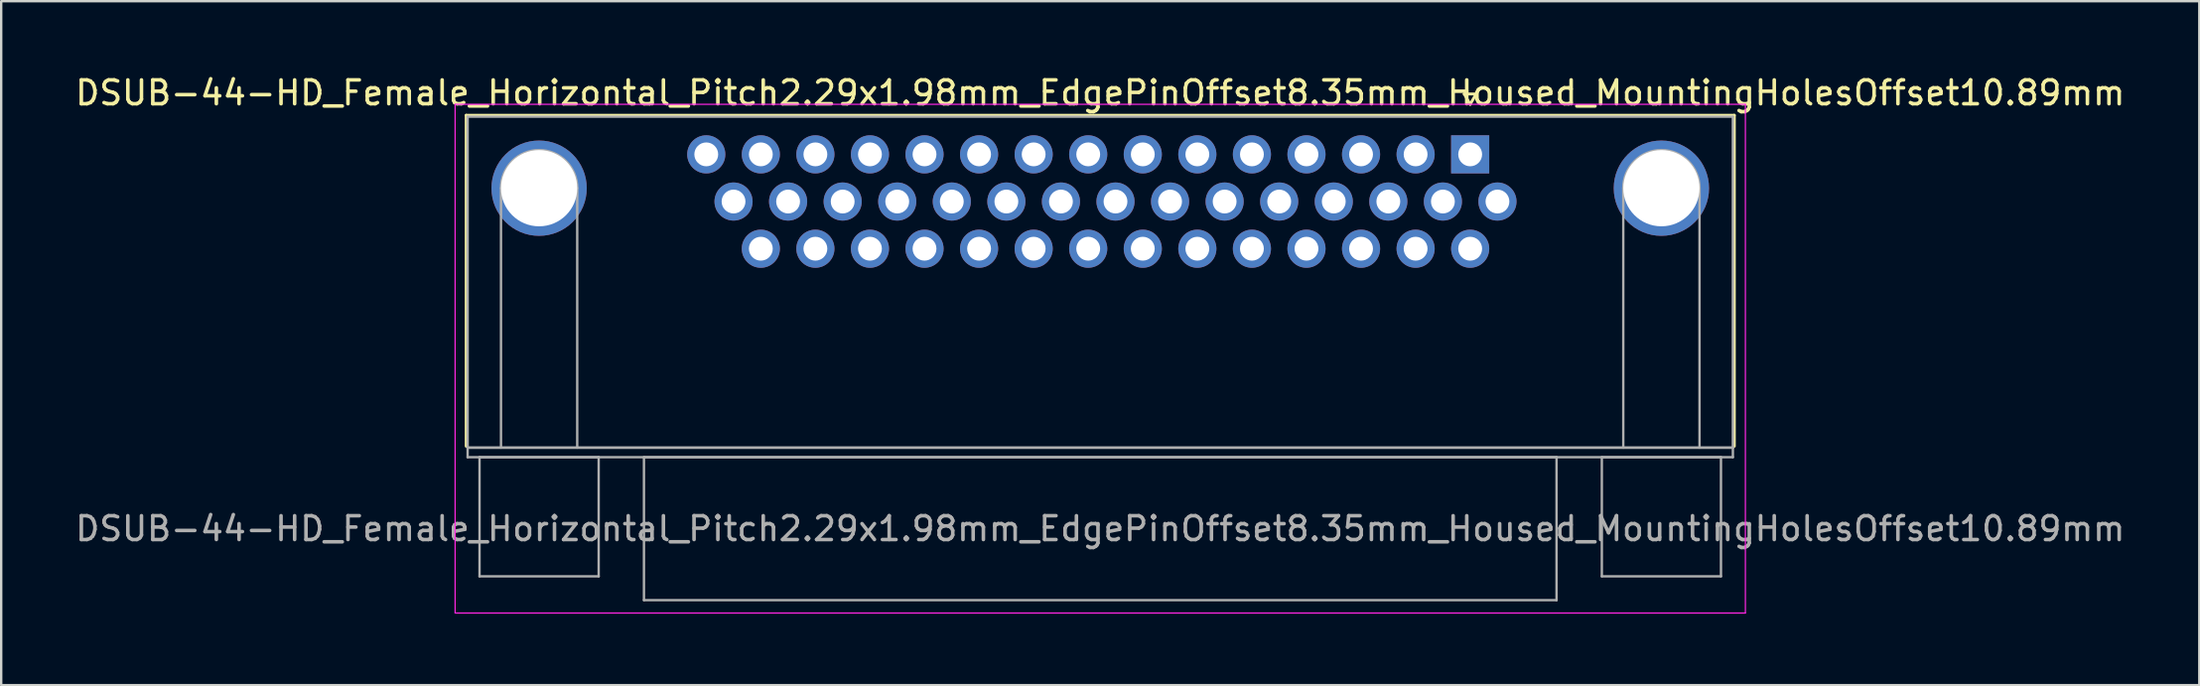
<source format=kicad_pcb>
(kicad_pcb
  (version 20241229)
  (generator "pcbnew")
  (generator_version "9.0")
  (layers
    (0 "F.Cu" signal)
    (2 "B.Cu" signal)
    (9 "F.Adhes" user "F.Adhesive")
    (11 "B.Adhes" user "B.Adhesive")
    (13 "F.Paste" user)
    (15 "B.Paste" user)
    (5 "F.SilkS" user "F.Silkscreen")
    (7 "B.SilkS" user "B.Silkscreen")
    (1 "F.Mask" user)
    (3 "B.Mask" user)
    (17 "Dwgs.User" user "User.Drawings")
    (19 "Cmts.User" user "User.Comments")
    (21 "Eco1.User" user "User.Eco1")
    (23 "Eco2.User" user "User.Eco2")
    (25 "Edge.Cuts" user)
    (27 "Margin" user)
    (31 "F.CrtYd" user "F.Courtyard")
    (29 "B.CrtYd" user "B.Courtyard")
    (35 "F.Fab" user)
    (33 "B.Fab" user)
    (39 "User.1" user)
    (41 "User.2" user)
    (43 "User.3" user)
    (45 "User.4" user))
  (footprint "DSUB-44-HD_Female_Horizontal_Pitch2.29x1.98mm_EdgePinOffset8.35mm_Housed_MountingHolesOffset10.89mm"
    (layer "F.Cu")
    (at 58.65 3.428)
    (property "Reference" "DSUB-44-HD_Female_Horizontal_Pitch2.29x1.98mm_EdgePinOffset8.35mm_Housed_MountingHolesOffset10.89mm" (at -15.525 -2.58 0) (layer "F.SilkS") (effects (font (size 1 1) (thickness 0.15))))
    (attr through_hole)
    (fp_line (start -42.135 -1.64) (end 11.085 -1.64) (stroke (width 0.12) (type solid)) (layer "F.SilkS"))
    (fp_line (start -42.135 12.25) (end -42.135 -1.64) (stroke (width 0.12) (type solid)) (layer "F.SilkS"))
    (fp_line (start -0.25 -2.534) (end 0.25 -2.534) (stroke (width 0.12) (type solid)) (layer "F.SilkS"))
    (fp_line (start 0 -2.101) (end -0.25 -2.534) (stroke (width 0.12) (type solid)) (layer "F.SilkS"))
    (fp_line (start 0.25 -2.534) (end 0 -2.101) (stroke (width 0.12) (type solid)) (layer "F.SilkS"))
    (fp_line (start 11.085 -1.64) (end 11.085 12.25) (stroke (width 0.12) (type solid)) (layer "F.SilkS"))
    (fp_line (start -42.6 -2.1) (end -42.6 19.25) (stroke (width 0.05) (type solid)) (layer "F.CrtYd"))
    (fp_line (start -42.6 19.25) (end 11.55 19.25) (stroke (width 0.05) (type solid)) (layer "F.CrtYd"))
    (fp_line (start 11.55 -2.1) (end -42.6 -2.1) (stroke (width 0.05) (type solid)) (layer "F.CrtYd"))
    (fp_line (start 11.55 19.25) (end 11.55 -2.1) (stroke (width 0.05) (type solid)) (layer "F.CrtYd"))
    (fp_line (start -42.075 -1.58) (end -42.075 12.31) (stroke (width 0.1) (type solid)) (layer "F.Fab"))
    (fp_line (start -42.075 12.31) (end -42.075 12.71) (stroke (width 0.1) (type solid)) (layer "F.Fab"))
    (fp_line (start -42.075 12.31) (end 11.025 12.31) (stroke (width 0.1) (type solid)) (layer "F.Fab"))
    (fp_line (start -42.075 12.71) (end 11.025 12.71) (stroke (width 0.1) (type solid)) (layer "F.Fab"))
    (fp_line (start -41.575 12.71) (end -41.575 17.71) (stroke (width 0.1) (type solid)) (layer "F.Fab"))
    (fp_line (start -41.575 17.71) (end -36.575 17.71) (stroke (width 0.1) (type solid)) (layer "F.Fab"))
    (fp_line (start -40.675 12.31) (end -40.675 1.42) (stroke (width 0.1) (type solid)) (layer "F.Fab"))
    (fp_line (start -37.475 12.31) (end -37.475 1.42) (stroke (width 0.1) (type solid)) (layer "F.Fab"))
    (fp_line (start -36.575 12.71) (end -41.575 12.71) (stroke (width 0.1) (type solid)) (layer "F.Fab"))
    (fp_line (start -36.575 17.71) (end -36.575 12.71) (stroke (width 0.1) (type solid)) (layer "F.Fab"))
    (fp_line (start -34.675 12.71) (end -34.675 18.71) (stroke (width 0.1) (type solid)) (layer "F.Fab"))
    (fp_line (start -34.675 18.71) (end 3.625 18.71) (stroke (width 0.1) (type solid)) (layer "F.Fab"))
    (fp_line (start 3.625 12.71) (end -34.675 12.71) (stroke (width 0.1) (type solid)) (layer "F.Fab"))
    (fp_line (start 3.625 18.71) (end 3.625 12.71) (stroke (width 0.1) (type solid)) (layer "F.Fab"))
    (fp_line (start 5.525 12.71) (end 5.525 17.71) (stroke (width 0.1) (type solid)) (layer "F.Fab"))
    (fp_line (start 5.525 17.71) (end 10.525 17.71) (stroke (width 0.1) (type solid)) (layer "F.Fab"))
    (fp_line (start 6.425 12.31) (end 6.425 1.42) (stroke (width 0.1) (type solid)) (layer "F.Fab"))
    (fp_line (start 9.625 12.31) (end 9.625 1.42) (stroke (width 0.1) (type solid)) (layer "F.Fab"))
    (fp_line (start 10.525 12.71) (end 5.525 12.71) (stroke (width 0.1) (type solid)) (layer "F.Fab"))
    (fp_line (start 10.525 17.71) (end 10.525 12.71) (stroke (width 0.1) (type solid)) (layer "F.Fab"))
    (fp_line (start 11.025 -1.58) (end -42.075 -1.58) (stroke (width 0.1) (type solid)) (layer "F.Fab"))
    (fp_line (start 11.025 12.31) (end -42.075 12.31) (stroke (width 0.1) (type solid)) (layer "F.Fab"))
    (fp_line (start 11.025 12.31) (end 11.025 -1.58) (stroke (width 0.1) (type solid)) (layer "F.Fab"))
    (fp_line (start 11.025 12.71) (end 11.025 12.31) (stroke (width 0.1) (type solid)) (layer "F.Fab"))
    (fp_arc (start -40.675 1.42) (mid -39.075 -0.18) (end -37.475 1.42) (stroke (width 0.1) (type solid)) (layer "F.Fab"))
    (fp_arc (start 6.425 1.42) (mid 8.025 -0.18) (end 9.625 1.42) (stroke (width 0.1) (type solid)) (layer "F.Fab"))
    (fp_text user "${REFERENCE}" (at -15.525 15.71 0) (layer "F.Fab") (effects (font (size 1 1) (thickness 0.15))))
    (pad "0" thru_hole circle (at -39.075 1.42) (size 4 4) (drill 3.2) (layers "*.Cu" "*.Mask"))
    (pad "0" thru_hole circle (at 8.025 1.42) (size 4 4) (drill 3.2) (layers "*.Cu" "*.Mask"))
    (pad "1" thru_hole rect (at 0 0) (size 1.6 1.6) (drill 1) (layers "*.Cu" "*.Mask"))
    (pad "2" thru_hole circle (at -2.29 0) (size 1.6 1.6) (drill 1) (layers "*.Cu" "*.Mask"))
    (pad "3" thru_hole circle (at -4.58 0) (size 1.6 1.6) (drill 1) (layers "*.Cu" "*.Mask"))
    (pad "4" thru_hole circle (at -6.87 0) (size 1.6 1.6) (drill 1) (layers "*.Cu" "*.Mask"))
    (pad "5" thru_hole circle (at -9.16 0) (size 1.6 1.6) (drill 1) (layers "*.Cu" "*.Mask"))
    (pad "6" thru_hole circle (at -11.45 0) (size 1.6 1.6) (drill 1) (layers "*.Cu" "*.Mask"))
    (pad "7" thru_hole circle (at -13.74 0) (size 1.6 1.6) (drill 1) (layers "*.Cu" "*.Mask"))
    (pad "8" thru_hole circle (at -16.03 0) (size 1.6 1.6) (drill 1) (layers "*.Cu" "*.Mask"))
    (pad "9" thru_hole circle (at -18.32 0) (size 1.6 1.6) (drill 1) (layers "*.Cu" "*.Mask"))
    (pad "10" thru_hole circle (at -20.61 0) (size 1.6 1.6) (drill 1) (layers "*.Cu" "*.Mask"))
    (pad "11" thru_hole circle (at -22.9 0) (size 1.6 1.6) (drill 1) (layers "*.Cu" "*.Mask"))
    (pad "12" thru_hole circle (at -25.19 0) (size 1.6 1.6) (drill 1) (layers "*.Cu" "*.Mask"))
    (pad "13" thru_hole circle (at -27.48 0) (size 1.6 1.6) (drill 1) (layers "*.Cu" "*.Mask"))
    (pad "14" thru_hole circle (at -29.77 0) (size 1.6 1.6) (drill 1) (layers "*.Cu" "*.Mask"))
    (pad "15" thru_hole circle (at -32.06 0) (size 1.6 1.6) (drill 1) (layers "*.Cu" "*.Mask"))
    (pad "16" thru_hole circle (at 1.145 1.98) (size 1.6 1.6) (drill 1) (layers "*.Cu" "*.Mask"))
    (pad "17" thru_hole circle (at -1.145 1.98) (size 1.6 1.6) (drill 1) (layers "*.Cu" "*.Mask"))
    (pad "18" thru_hole circle (at -3.435 1.98) (size 1.6 1.6) (drill 1) (layers "*.Cu" "*.Mask"))
    (pad "19" thru_hole circle (at -5.725 1.98) (size 1.6 1.6) (drill 1) (layers "*.Cu" "*.Mask"))
    (pad "20" thru_hole circle (at -8.015 1.98) (size 1.6 1.6) (drill 1) (layers "*.Cu" "*.Mask"))
    (pad "21" thru_hole circle (at -10.305 1.98) (size 1.6 1.6) (drill 1) (layers "*.Cu" "*.Mask"))
    (pad "22" thru_hole circle (at -12.595 1.98) (size 1.6 1.6) (drill 1) (layers "*.Cu" "*.Mask"))
    (pad "23" thru_hole circle (at -14.885 1.98) (size 1.6 1.6) (drill 1) (layers "*.Cu" "*.Mask"))
    (pad "24" thru_hole circle (at -17.175 1.98) (size 1.6 1.6) (drill 1) (layers "*.Cu" "*.Mask"))
    (pad "25" thru_hole circle (at -19.465 1.98) (size 1.6 1.6) (drill 1) (layers "*.Cu" "*.Mask"))
    (pad "26" thru_hole circle (at -21.755 1.98) (size 1.6 1.6) (drill 1) (layers "*.Cu" "*.Mask"))
    (pad "27" thru_hole circle (at -24.045 1.98) (size 1.6 1.6) (drill 1) (layers "*.Cu" "*.Mask"))
    (pad "28" thru_hole circle (at -26.335 1.98) (size 1.6 1.6) (drill 1) (layers "*.Cu" "*.Mask"))
    (pad "29" thru_hole circle (at -28.625 1.98) (size 1.6 1.6) (drill 1) (layers "*.Cu" "*.Mask"))
    (pad "30" thru_hole circle (at -30.915 1.98) (size 1.6 1.6) (drill 1) (layers "*.Cu" "*.Mask"))
    (pad "31" thru_hole circle (at 0 3.96) (size 1.6 1.6) (drill 1) (layers "*.Cu" "*.Mask"))
    (pad "32" thru_hole circle (at -2.29 3.96) (size 1.6 1.6) (drill 1) (layers "*.Cu" "*.Mask"))
    (pad "33" thru_hole circle (at -4.58 3.96) (size 1.6 1.6) (drill 1) (layers "*.Cu" "*.Mask"))
    (pad "34" thru_hole circle (at -6.87 3.96) (size 1.6 1.6) (drill 1) (layers "*.Cu" "*.Mask"))
    (pad "35" thru_hole circle (at -9.16 3.96) (size 1.6 1.6) (drill 1) (layers "*.Cu" "*.Mask"))
    (pad "36" thru_hole circle (at -11.45 3.96) (size 1.6 1.6) (drill 1) (layers "*.Cu" "*.Mask"))
    (pad "37" thru_hole circle (at -13.74 3.96) (size 1.6 1.6) (drill 1) (layers "*.Cu" "*.Mask"))
    (pad "38" thru_hole circle (at -16.03 3.96) (size 1.6 1.6) (drill 1) (layers "*.Cu" "*.Mask"))
    (pad "39" thru_hole circle (at -18.32 3.96) (size 1.6 1.6) (drill 1) (layers "*.Cu" "*.Mask"))
    (pad "40" thru_hole circle (at -20.61 3.96) (size 1.6 1.6) (drill 1) (layers "*.Cu" "*.Mask"))
    (pad "41" thru_hole circle (at -22.9 3.96) (size 1.6 1.6) (drill 1) (layers "*.Cu" "*.Mask"))
    (pad "42" thru_hole circle (at -25.19 3.96) (size 1.6 1.6) (drill 1) (layers "*.Cu" "*.Mask"))
    (pad "43" thru_hole circle (at -27.48 3.96) (size 1.6 1.6) (drill 1) (layers "*.Cu" "*.Mask"))
    (pad "44" thru_hole circle (at -29.77 3.96) (size 1.6 1.6) (drill 1) (layers "*.Cu" "*.Mask")))
  (gr_rect
    (start -3 -3)
    (end 89.25 25.703)
    (stroke (width 0.1) (type default))
    (fill no)
    (layer "Edge.Cuts")))
</source>
